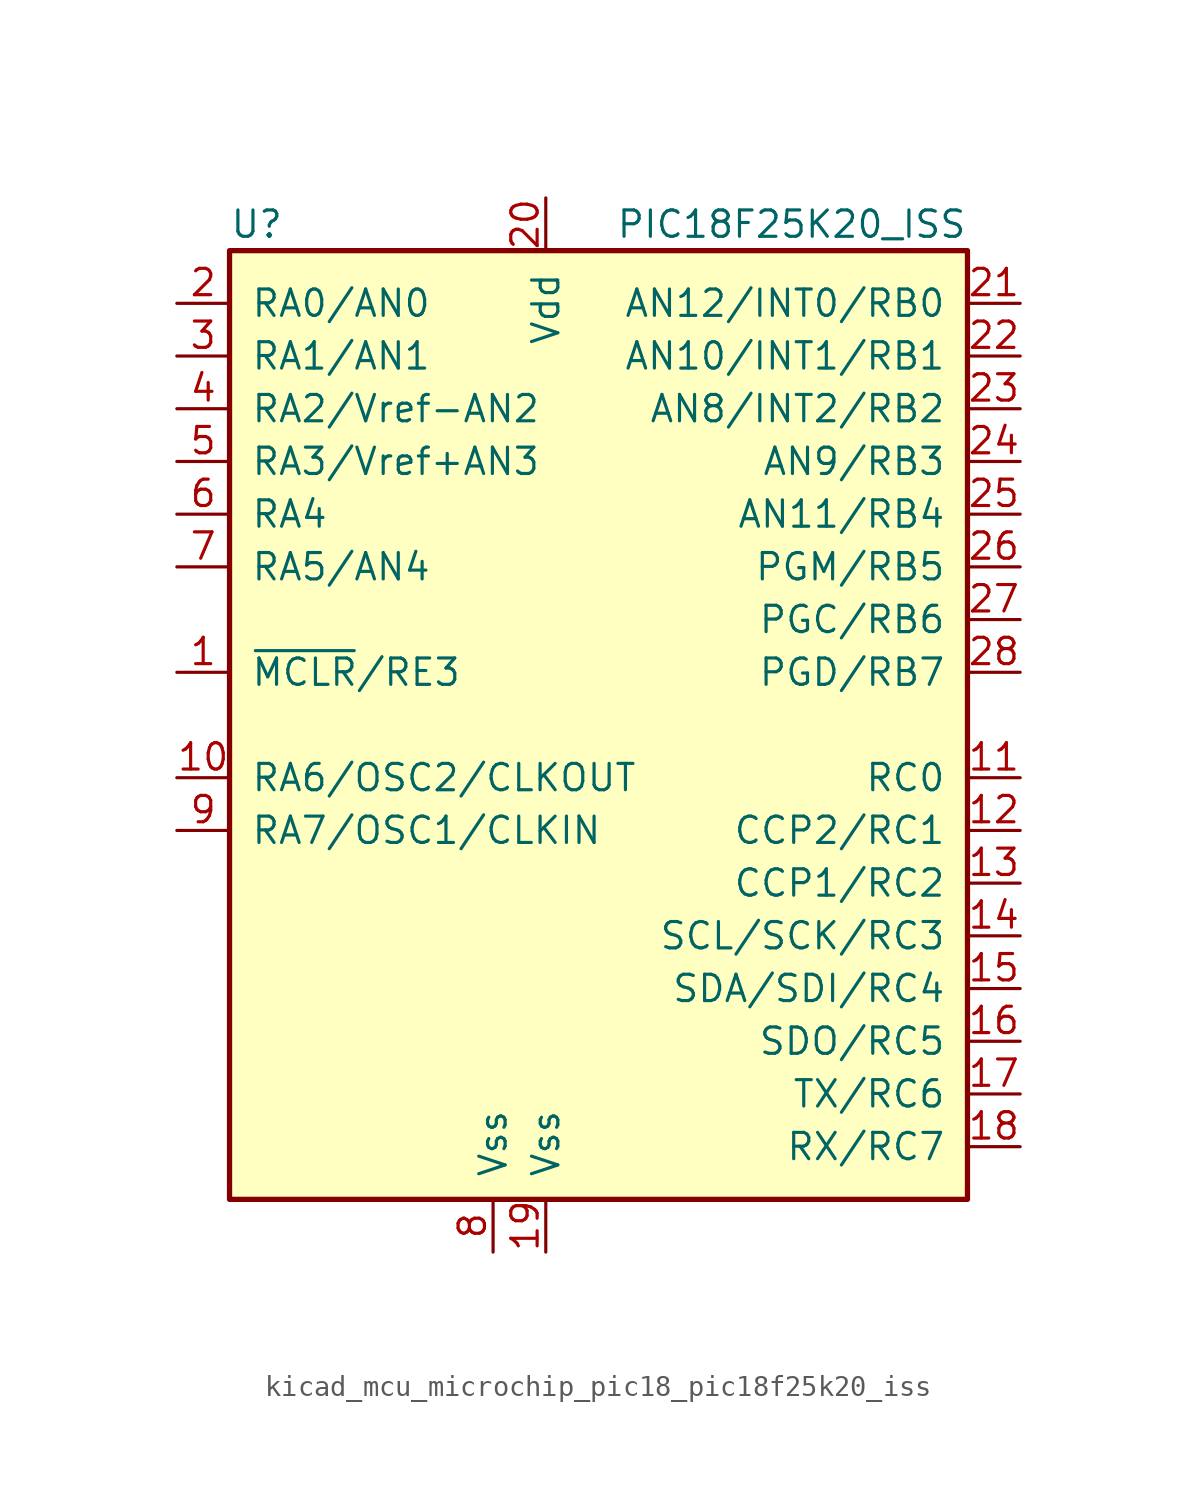
<source format=kicad_sym>
(kicad_symbol_lib
  (version 20220914)
  (generator kicad_symbol_editor)
  (symbol "kicad_mcu_microchip_pic18_pic18f25k20_iss"
    (pin_names
      (offset 1.016))
    (property "Reference" "U"
      (at -17.78 24.13 0)
      (effects (font (size 1.27 1.27)) (justify left)))
    (property "Value" "PIC18F25K20_ISS"
      (at 17.78 24.13 0)
      (effects (font (size 1.27 1.27)) (justify right)))
    (symbol "kicad_mcu_microchip_pic18_pic18f25k20_iss_0_1"
      (rectangle (start -17.78 22.86) (end 17.78 -22.86) (stroke (width 0.254) (type default)) (fill (type background))))
    (symbol "kicad_mcu_microchip_pic18_pic18f25k20_iss_1_1"
      (pin bidirectional line (at -20.32 2.54 0) (length 2.54) (name "~{MCLR}/RE3" (effects (font (size 1.27 1.27)))) (number "1" (effects (font (size 1.27 1.27)))))
      (pin input line (at -20.32 -2.54 0) (length 2.54) (name "RA6/OSC2/CLKOUT" (effects (font (size 1.27 1.27)))) (number "10" (effects (font (size 1.27 1.27)))))
      (pin bidirectional line (at 20.32 -2.54 180) (length 2.54) (name "RC0" (effects (font (size 1.27 1.27)))) (number "11" (effects (font (size 1.27 1.27)))))
      (pin bidirectional line (at 20.32 -5.08 180) (length 2.54) (name "CCP2/RC1" (effects (font (size 1.27 1.27)))) (number "12" (effects (font (size 1.27 1.27)))))
      (pin bidirectional line (at 20.32 -7.62 180) (length 2.54) (name "CCP1/RC2" (effects (font (size 1.27 1.27)))) (number "13" (effects (font (size 1.27 1.27)))))
      (pin bidirectional line (at 20.32 -10.16 180) (length 2.54) (name "SCL/SCK/RC3" (effects (font (size 1.27 1.27)))) (number "14" (effects (font (size 1.27 1.27)))))
      (pin bidirectional line (at 20.32 -12.7 180) (length 2.54) (name "SDA/SDI/RC4" (effects (font (size 1.27 1.27)))) (number "15" (effects (font (size 1.27 1.27)))))
      (pin bidirectional line (at 20.32 -15.24 180) (length 2.54) (name "SDO/RC5" (effects (font (size 1.27 1.27)))) (number "16" (effects (font (size 1.27 1.27)))))
      (pin bidirectional line (at 20.32 -17.78 180) (length 2.54) (name "TX/RC6" (effects (font (size 1.27 1.27)))) (number "17" (effects (font (size 1.27 1.27)))))
      (pin bidirectional line (at 20.32 -20.32 180) (length 2.54) (name "RX/RC7" (effects (font (size 1.27 1.27)))) (number "18" (effects (font (size 1.27 1.27)))))
      (pin power_in line (at -2.54 -25.4 90) (length 2.54) (name "Vss" (effects (font (size 1.27 1.27)))) (number "19" (effects (font (size 1.27 1.27)))))
      (pin bidirectional line (at -20.32 20.32 0) (length 2.54) (name "RA0/AN0" (effects (font (size 1.27 1.27)))) (number "2" (effects (font (size 1.27 1.27)))))
      (pin power_in line (at -2.54 25.4 270) (length 2.54) (name "Vdd" (effects (font (size 1.27 1.27)))) (number "20" (effects (font (size 1.27 1.27)))))
      (pin bidirectional line (at 20.32 20.32 180) (length 2.54) (name "AN12/INT0/RB0" (effects (font (size 1.27 1.27)))) (number "21" (effects (font (size 1.27 1.27)))))
      (pin bidirectional line (at 20.32 17.78 180) (length 2.54) (name "AN10/INT1/RB1" (effects (font (size 1.27 1.27)))) (number "22" (effects (font (size 1.27 1.27)))))
      (pin bidirectional line (at 20.32 15.24 180) (length 2.54) (name "AN8/INT2/RB2" (effects (font (size 1.27 1.27)))) (number "23" (effects (font (size 1.27 1.27)))))
      (pin bidirectional line (at 20.32 12.7 180) (length 2.54) (name "AN9/RB3" (effects (font (size 1.27 1.27)))) (number "24" (effects (font (size 1.27 1.27)))))
      (pin bidirectional line (at 20.32 10.16 180) (length 2.54) (name "AN11/RB4" (effects (font (size 1.27 1.27)))) (number "25" (effects (font (size 1.27 1.27)))))
      (pin bidirectional line (at 20.32 7.62 180) (length 2.54) (name "PGM/RB5" (effects (font (size 1.27 1.27)))) (number "26" (effects (font (size 1.27 1.27)))))
      (pin bidirectional line (at 20.32 5.08 180) (length 2.54) (name "PGC/RB6" (effects (font (size 1.27 1.27)))) (number "27" (effects (font (size 1.27 1.27)))))
      (pin bidirectional line (at 20.32 2.54 180) (length 2.54) (name "PGD/RB7" (effects (font (size 1.27 1.27)))) (number "28" (effects (font (size 1.27 1.27)))))
      (pin bidirectional line (at -20.32 17.78 0) (length 2.54) (name "RA1/AN1" (effects (font (size 1.27 1.27)))) (number "3" (effects (font (size 1.27 1.27)))))
      (pin bidirectional line (at -20.32 15.24 0) (length 2.54) (name "RA2/Vref-AN2" (effects (font (size 1.27 1.27)))) (number "4" (effects (font (size 1.27 1.27)))))
      (pin bidirectional line (at -20.32 12.7 0) (length 2.54) (name "RA3/Vref+AN3" (effects (font (size 1.27 1.27)))) (number "5" (effects (font (size 1.27 1.27)))))
      (pin power_in line (at -20.32 10.16 0) (length 2.54) (name "RA4" (effects (font (size 1.27 1.27)))) (number "6" (effects (font (size 1.27 1.27)))))
      (pin bidirectional line (at -20.32 7.62 0) (length 2.54) (name "RA5/AN4" (effects (font (size 1.27 1.27)))) (number "7" (effects (font (size 1.27 1.27)))))
      (pin power_in line (at -5.08 -25.4 90) (length 2.54) (name "Vss" (effects (font (size 1.27 1.27)))) (number "8" (effects (font (size 1.27 1.27)))))
      (pin input line (at -20.32 -5.08 0) (length 2.54) (name "RA7/OSC1/CLKIN" (effects (font (size 1.27 1.27)))) (number "9" (effects (font (size 1.27 1.27))))))))
</source>
